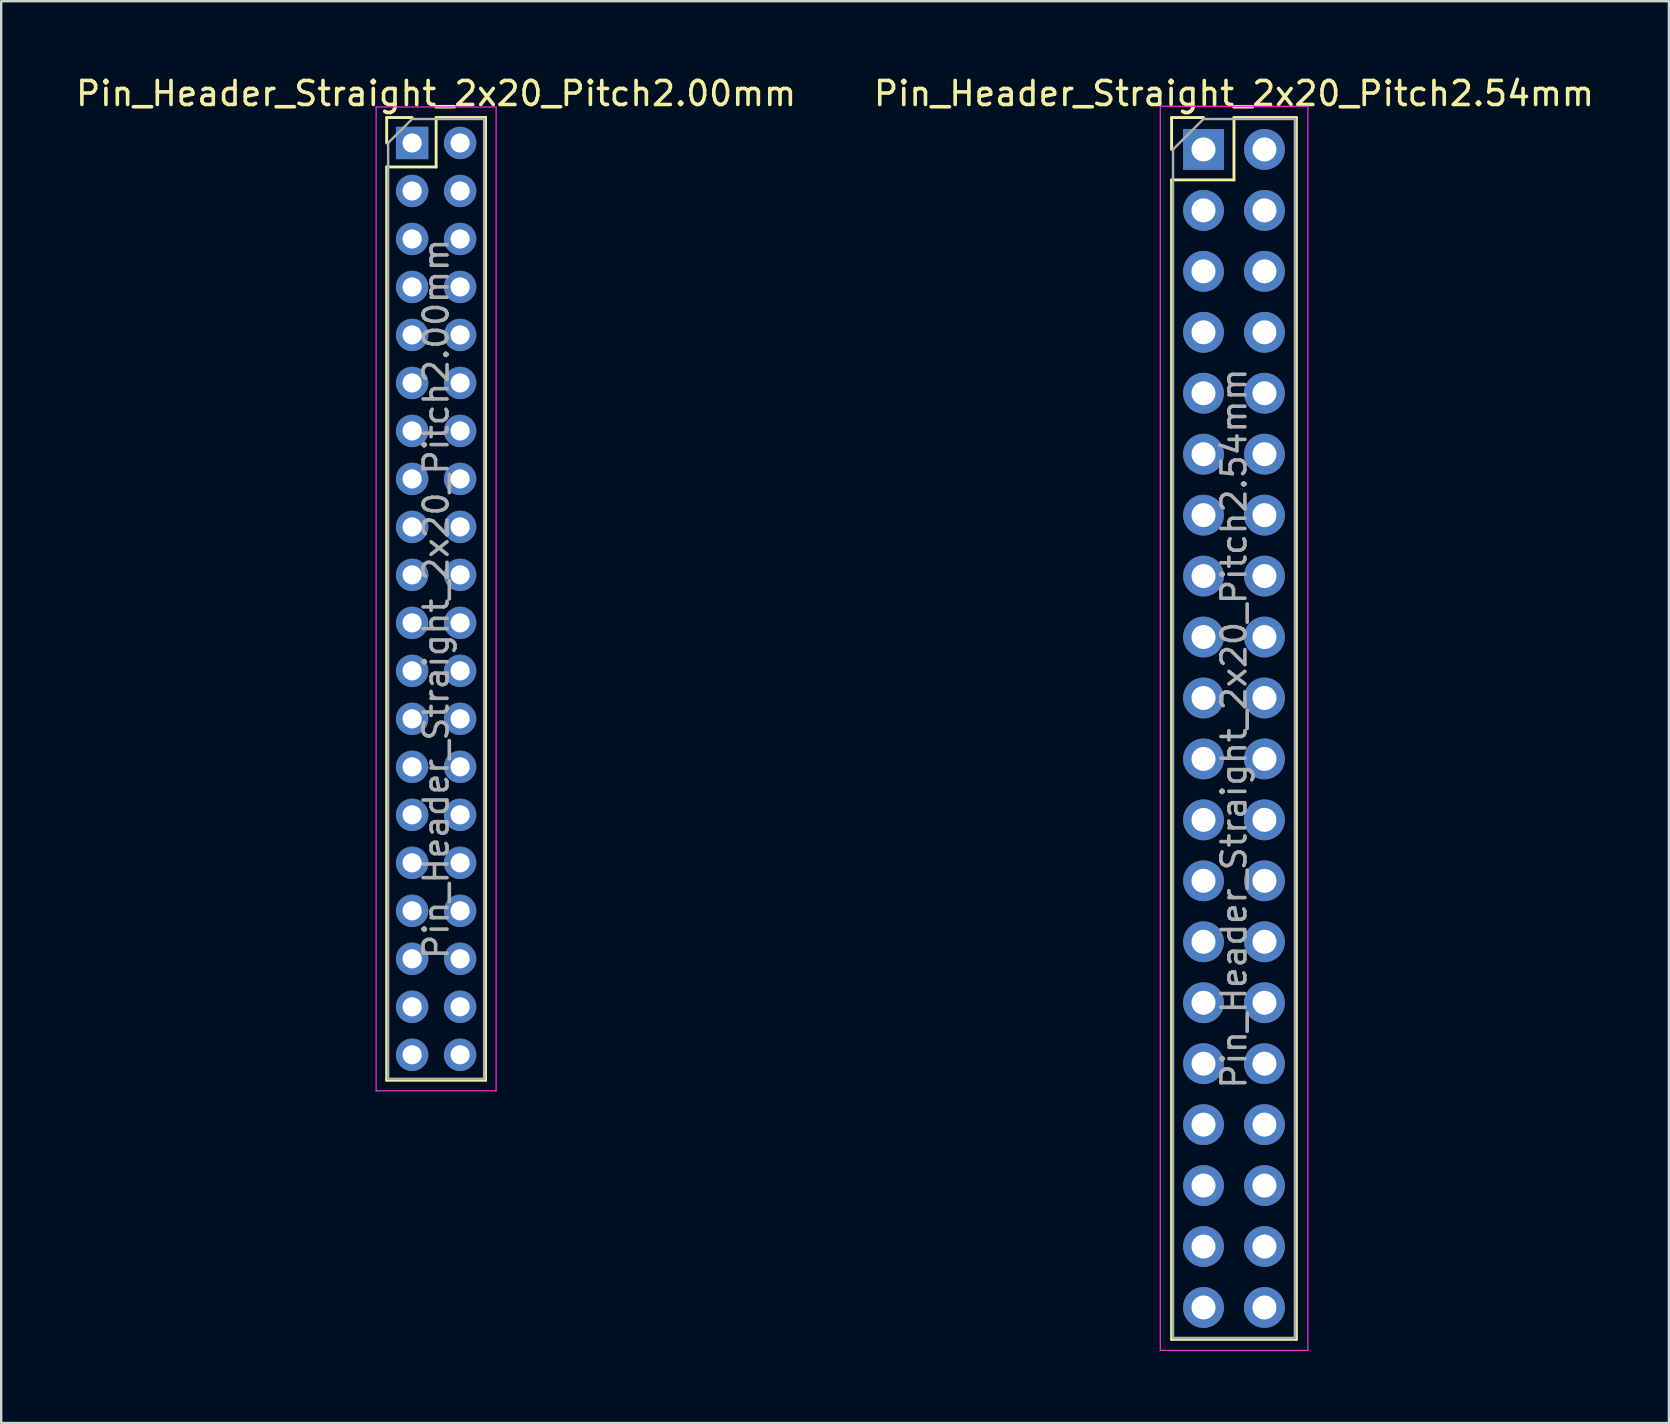
<source format=kicad_pcb>
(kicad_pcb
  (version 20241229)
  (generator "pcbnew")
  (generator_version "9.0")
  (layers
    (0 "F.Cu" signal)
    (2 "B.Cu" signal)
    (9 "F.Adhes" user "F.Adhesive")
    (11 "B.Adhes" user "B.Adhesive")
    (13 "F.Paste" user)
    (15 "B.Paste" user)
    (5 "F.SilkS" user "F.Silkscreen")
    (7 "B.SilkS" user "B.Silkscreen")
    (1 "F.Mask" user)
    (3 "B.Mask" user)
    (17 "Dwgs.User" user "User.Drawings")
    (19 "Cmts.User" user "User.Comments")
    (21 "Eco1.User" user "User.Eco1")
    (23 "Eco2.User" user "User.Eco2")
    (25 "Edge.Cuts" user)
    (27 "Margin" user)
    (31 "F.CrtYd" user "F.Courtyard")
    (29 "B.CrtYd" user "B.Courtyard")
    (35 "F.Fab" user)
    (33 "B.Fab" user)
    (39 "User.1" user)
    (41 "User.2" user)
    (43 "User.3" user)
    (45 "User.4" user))
  (footprint "Pin_Header_Straight_2x20_Pitch2.54mm"
    (layer "F.Cu")
    (at 47.105 3.178)
    (property "Reference" "Pin_Header_Straight_2x20_Pitch2.54mm" (at 1.27 -2.33 0) (layer "F.SilkS") (effects (font (size 1 1) (thickness 0.15))))
    (attr through_hole)
    (fp_line (start -1.33 -1.33) (end 0 -1.33) (stroke (width 0.12) (type solid)) (layer "F.SilkS"))
    (fp_line (start -1.33 0) (end -1.33 -1.33) (stroke (width 0.12) (type solid)) (layer "F.SilkS"))
    (fp_line (start -1.33 1.27) (end -1.33 49.59) (stroke (width 0.12) (type solid)) (layer "F.SilkS"))
    (fp_line (start -1.33 49.59) (end 3.87 49.59) (stroke (width 0.12) (type solid)) (layer "F.SilkS"))
    (fp_line (start 1.27 -1.33) (end 1.27 1.27) (stroke (width 0.12) (type solid)) (layer "F.SilkS"))
    (fp_line (start 1.27 1.27) (end -1.33 1.27) (stroke (width 0.12) (type solid)) (layer "F.SilkS"))
    (fp_line (start 3.87 -1.33) (end 1.27 -1.33) (stroke (width 0.12) (type solid)) (layer "F.SilkS"))
    (fp_line (start 3.87 49.59) (end 3.87 -1.33) (stroke (width 0.12) (type solid)) (layer "F.SilkS"))
    (fp_line (start -1.8 -1.8) (end -1.8 50.05) (stroke (width 0.05) (type solid)) (layer "F.CrtYd"))
    (fp_line (start -1.8 50.05) (end 4.35 50.05) (stroke (width 0.05) (type solid)) (layer "F.CrtYd"))
    (fp_line (start 4.35 -1.8) (end -1.8 -1.8) (stroke (width 0.05) (type solid)) (layer "F.CrtYd"))
    (fp_line (start 4.35 50.05) (end 4.35 -1.8) (stroke (width 0.05) (type solid)) (layer "F.CrtYd"))
    (fp_line (start -1.27 0) (end 0 -1.27) (stroke (width 0.1) (type solid)) (layer "F.Fab"))
    (fp_line (start -1.27 49.53) (end -1.27 0) (stroke (width 0.1) (type solid)) (layer "F.Fab"))
    (fp_line (start 0 -1.27) (end 3.81 -1.27) (stroke (width 0.1) (type solid)) (layer "F.Fab"))
    (fp_line (start 3.81 -1.27) (end 3.81 49.53) (stroke (width 0.1) (type solid)) (layer "F.Fab"))
    (fp_line (start 3.81 49.53) (end -1.27 49.53) (stroke (width 0.1) (type solid)) (layer "F.Fab"))
    (fp_text user "${REFERENCE}" (at 1.27 24.13 90) (layer "F.Fab") (effects (font (size 1 1) (thickness 0.15))))
    (pad "1" thru_hole rect (at 0 0) (size 1.7 1.7) (drill 1) (layers "*.Cu" "*.Mask"))
    (pad "2" thru_hole oval (at 2.54 0) (size 1.7 1.7) (drill 1) (layers "*.Cu" "*.Mask"))
    (pad "3" thru_hole oval (at 0 2.54) (size 1.7 1.7) (drill 1) (layers "*.Cu" "*.Mask"))
    (pad "4" thru_hole oval (at 2.54 2.54) (size 1.7 1.7) (drill 1) (layers "*.Cu" "*.Mask"))
    (pad "5" thru_hole oval (at 0 5.08) (size 1.7 1.7) (drill 1) (layers "*.Cu" "*.Mask"))
    (pad "6" thru_hole oval (at 2.54 5.08) (size 1.7 1.7) (drill 1) (layers "*.Cu" "*.Mask"))
    (pad "7" thru_hole oval (at 0 7.62) (size 1.7 1.7) (drill 1) (layers "*.Cu" "*.Mask"))
    (pad "8" thru_hole oval (at 2.54 7.62) (size 1.7 1.7) (drill 1) (layers "*.Cu" "*.Mask"))
    (pad "9" thru_hole oval (at 0 10.16) (size 1.7 1.7) (drill 1) (layers "*.Cu" "*.Mask"))
    (pad "10" thru_hole oval (at 2.54 10.16) (size 1.7 1.7) (drill 1) (layers "*.Cu" "*.Mask"))
    (pad "11" thru_hole oval (at 0 12.7) (size 1.7 1.7) (drill 1) (layers "*.Cu" "*.Mask"))
    (pad "12" thru_hole oval (at 2.54 12.7) (size 1.7 1.7) (drill 1) (layers "*.Cu" "*.Mask"))
    (pad "13" thru_hole oval (at 0 15.24) (size 1.7 1.7) (drill 1) (layers "*.Cu" "*.Mask"))
    (pad "14" thru_hole oval (at 2.54 15.24) (size 1.7 1.7) (drill 1) (layers "*.Cu" "*.Mask"))
    (pad "15" thru_hole oval (at 0 17.78) (size 1.7 1.7) (drill 1) (layers "*.Cu" "*.Mask"))
    (pad "16" thru_hole oval (at 2.54 17.78) (size 1.7 1.7) (drill 1) (layers "*.Cu" "*.Mask"))
    (pad "17" thru_hole oval (at 0 20.32) (size 1.7 1.7) (drill 1) (layers "*.Cu" "*.Mask"))
    (pad "18" thru_hole oval (at 2.54 20.32) (size 1.7 1.7) (drill 1) (layers "*.Cu" "*.Mask"))
    (pad "19" thru_hole oval (at 0 22.86) (size 1.7 1.7) (drill 1) (layers "*.Cu" "*.Mask"))
    (pad "20" thru_hole oval (at 2.54 22.86) (size 1.7 1.7) (drill 1) (layers "*.Cu" "*.Mask"))
    (pad "21" thru_hole oval (at 0 25.4) (size 1.7 1.7) (drill 1) (layers "*.Cu" "*.Mask"))
    (pad "22" thru_hole oval (at 2.54 25.4) (size 1.7 1.7) (drill 1) (layers "*.Cu" "*.Mask"))
    (pad "23" thru_hole oval (at 0 27.94) (size 1.7 1.7) (drill 1) (layers "*.Cu" "*.Mask"))
    (pad "24" thru_hole oval (at 2.54 27.94) (size 1.7 1.7) (drill 1) (layers "*.Cu" "*.Mask"))
    (pad "25" thru_hole oval (at 0 30.48) (size 1.7 1.7) (drill 1) (layers "*.Cu" "*.Mask"))
    (pad "26" thru_hole oval (at 2.54 30.48) (size 1.7 1.7) (drill 1) (layers "*.Cu" "*.Mask"))
    (pad "27" thru_hole oval (at 0 33.02) (size 1.7 1.7) (drill 1) (layers "*.Cu" "*.Mask"))
    (pad "28" thru_hole oval (at 2.54 33.02) (size 1.7 1.7) (drill 1) (layers "*.Cu" "*.Mask"))
    (pad "29" thru_hole oval (at 0 35.56) (size 1.7 1.7) (drill 1) (layers "*.Cu" "*.Mask"))
    (pad "30" thru_hole oval (at 2.54 35.56) (size 1.7 1.7) (drill 1) (layers "*.Cu" "*.Mask"))
    (pad "31" thru_hole oval (at 0 38.1) (size 1.7 1.7) (drill 1) (layers "*.Cu" "*.Mask"))
    (pad "32" thru_hole oval (at 2.54 38.1) (size 1.7 1.7) (drill 1) (layers "*.Cu" "*.Mask"))
    (pad "33" thru_hole oval (at 0 40.64) (size 1.7 1.7) (drill 1) (layers "*.Cu" "*.Mask"))
    (pad "34" thru_hole oval (at 2.54 40.64) (size 1.7 1.7) (drill 1) (layers "*.Cu" "*.Mask"))
    (pad "35" thru_hole oval (at 0 43.18) (size 1.7 1.7) (drill 1) (layers "*.Cu" "*.Mask"))
    (pad "36" thru_hole oval (at 2.54 43.18) (size 1.7 1.7) (drill 1) (layers "*.Cu" "*.Mask"))
    (pad "37" thru_hole oval (at 0 45.72) (size 1.7 1.7) (drill 1) (layers "*.Cu" "*.Mask"))
    (pad "38" thru_hole oval (at 2.54 45.72) (size 1.7 1.7) (drill 1) (layers "*.Cu" "*.Mask"))
    (pad "39" thru_hole oval (at 0 48.26) (size 1.7 1.7) (drill 1) (layers "*.Cu" "*.Mask"))
    (pad "40" thru_hole oval (at 2.54 48.26) (size 1.7 1.7) (drill 1) (layers "*.Cu" "*.Mask")))
  (footprint "Pin_Header_Straight_2x20_Pitch2.00mm"
    (layer "F.Cu")
    (at 14.125 2.908)
    (property "Reference" "Pin_Header_Straight_2x20_Pitch2.00mm" (at 1 -2.06 0) (layer "F.SilkS") (effects (font (size 1 1) (thickness 0.15))))
    (attr through_hole)
    (fp_line (start -1.06 -1.06) (end 0 -1.06) (stroke (width 0.12) (type solid)) (layer "F.SilkS"))
    (fp_line (start -1.06 0) (end -1.06 -1.06) (stroke (width 0.12) (type solid)) (layer "F.SilkS"))
    (fp_line (start -1.06 1) (end -1.06 39.06) (stroke (width 0.12) (type solid)) (layer "F.SilkS"))
    (fp_line (start -1.06 39.06) (end 3.06 39.06) (stroke (width 0.12) (type solid)) (layer "F.SilkS"))
    (fp_line (start 1 -1.06) (end 1 1) (stroke (width 0.12) (type solid)) (layer "F.SilkS"))
    (fp_line (start 1 1) (end -1.06 1) (stroke (width 0.12) (type solid)) (layer "F.SilkS"))
    (fp_line (start 3.06 -1.06) (end 1 -1.06) (stroke (width 0.12) (type solid)) (layer "F.SilkS"))
    (fp_line (start 3.06 39.06) (end 3.06 -1.06) (stroke (width 0.12) (type solid)) (layer "F.SilkS"))
    (fp_line (start -1.5 -1.5) (end -1.5 39.5) (stroke (width 0.05) (type solid)) (layer "F.CrtYd"))
    (fp_line (start -1.5 39.5) (end 3.5 39.5) (stroke (width 0.05) (type solid)) (layer "F.CrtYd"))
    (fp_line (start 3.5 -1.5) (end -1.5 -1.5) (stroke (width 0.05) (type solid)) (layer "F.CrtYd"))
    (fp_line (start 3.5 39.5) (end 3.5 -1.5) (stroke (width 0.05) (type solid)) (layer "F.CrtYd"))
    (fp_line (start -1 0) (end 0 -1) (stroke (width 0.1) (type solid)) (layer "F.Fab"))
    (fp_line (start -1 39) (end -1 0) (stroke (width 0.1) (type solid)) (layer "F.Fab"))
    (fp_line (start 0 -1) (end 3 -1) (stroke (width 0.1) (type solid)) (layer "F.Fab"))
    (fp_line (start 3 -1) (end 3 39) (stroke (width 0.1) (type solid)) (layer "F.Fab"))
    (fp_line (start 3 39) (end -1 39) (stroke (width 0.1) (type solid)) (layer "F.Fab"))
    (fp_text user "${REFERENCE}" (at 1 19 90) (layer "F.Fab") (effects (font (size 1 1) (thickness 0.15))))
    (pad "1" thru_hole rect (at 0 0) (size 1.35 1.35) (drill 0.8) (layers "*.Cu" "*.Mask"))
    (pad "2" thru_hole oval (at 2 0) (size 1.35 1.35) (drill 0.8) (layers "*.Cu" "*.Mask"))
    (pad "3" thru_hole oval (at 0 2) (size 1.35 1.35) (drill 0.8) (layers "*.Cu" "*.Mask"))
    (pad "4" thru_hole oval (at 2 2) (size 1.35 1.35) (drill 0.8) (layers "*.Cu" "*.Mask"))
    (pad "5" thru_hole oval (at 0 4) (size 1.35 1.35) (drill 0.8) (layers "*.Cu" "*.Mask"))
    (pad "6" thru_hole oval (at 2 4) (size 1.35 1.35) (drill 0.8) (layers "*.Cu" "*.Mask"))
    (pad "7" thru_hole oval (at 0 6) (size 1.35 1.35) (drill 0.8) (layers "*.Cu" "*.Mask"))
    (pad "8" thru_hole oval (at 2 6) (size 1.35 1.35) (drill 0.8) (layers "*.Cu" "*.Mask"))
    (pad "9" thru_hole oval (at 0 8) (size 1.35 1.35) (drill 0.8) (layers "*.Cu" "*.Mask"))
    (pad "10" thru_hole oval (at 2 8) (size 1.35 1.35) (drill 0.8) (layers "*.Cu" "*.Mask"))
    (pad "11" thru_hole oval (at 0 10) (size 1.35 1.35) (drill 0.8) (layers "*.Cu" "*.Mask"))
    (pad "12" thru_hole oval (at 2 10) (size 1.35 1.35) (drill 0.8) (layers "*.Cu" "*.Mask"))
    (pad "13" thru_hole oval (at 0 12) (size 1.35 1.35) (drill 0.8) (layers "*.Cu" "*.Mask"))
    (pad "14" thru_hole oval (at 2 12) (size 1.35 1.35) (drill 0.8) (layers "*.Cu" "*.Mask"))
    (pad "15" thru_hole oval (at 0 14) (size 1.35 1.35) (drill 0.8) (layers "*.Cu" "*.Mask"))
    (pad "16" thru_hole oval (at 2 14) (size 1.35 1.35) (drill 0.8) (layers "*.Cu" "*.Mask"))
    (pad "17" thru_hole oval (at 0 16) (size 1.35 1.35) (drill 0.8) (layers "*.Cu" "*.Mask"))
    (pad "18" thru_hole oval (at 2 16) (size 1.35 1.35) (drill 0.8) (layers "*.Cu" "*.Mask"))
    (pad "19" thru_hole oval (at 0 18) (size 1.35 1.35) (drill 0.8) (layers "*.Cu" "*.Mask"))
    (pad "20" thru_hole oval (at 2 18) (size 1.35 1.35) (drill 0.8) (layers "*.Cu" "*.Mask"))
    (pad "21" thru_hole oval (at 0 20) (size 1.35 1.35) (drill 0.8) (layers "*.Cu" "*.Mask"))
    (pad "22" thru_hole oval (at 2 20) (size 1.35 1.35) (drill 0.8) (layers "*.Cu" "*.Mask"))
    (pad "23" thru_hole oval (at 0 22) (size 1.35 1.35) (drill 0.8) (layers "*.Cu" "*.Mask"))
    (pad "24" thru_hole oval (at 2 22) (size 1.35 1.35) (drill 0.8) (layers "*.Cu" "*.Mask"))
    (pad "25" thru_hole oval (at 0 24) (size 1.35 1.35) (drill 0.8) (layers "*.Cu" "*.Mask"))
    (pad "26" thru_hole oval (at 2 24) (size 1.35 1.35) (drill 0.8) (layers "*.Cu" "*.Mask"))
    (pad "27" thru_hole oval (at 0 26) (size 1.35 1.35) (drill 0.8) (layers "*.Cu" "*.Mask"))
    (pad "28" thru_hole oval (at 2 26) (size 1.35 1.35) (drill 0.8) (layers "*.Cu" "*.Mask"))
    (pad "29" thru_hole oval (at 0 28) (size 1.35 1.35) (drill 0.8) (layers "*.Cu" "*.Mask"))
    (pad "30" thru_hole oval (at 2 28) (size 1.35 1.35) (drill 0.8) (layers "*.Cu" "*.Mask"))
    (pad "31" thru_hole oval (at 0 30) (size 1.35 1.35) (drill 0.8) (layers "*.Cu" "*.Mask"))
    (pad "32" thru_hole oval (at 2 30) (size 1.35 1.35) (drill 0.8) (layers "*.Cu" "*.Mask"))
    (pad "33" thru_hole oval (at 0 32) (size 1.35 1.35) (drill 0.8) (layers "*.Cu" "*.Mask"))
    (pad "34" thru_hole oval (at 2 32) (size 1.35 1.35) (drill 0.8) (layers "*.Cu" "*.Mask"))
    (pad "35" thru_hole oval (at 0 34) (size 1.35 1.35) (drill 0.8) (layers "*.Cu" "*.Mask"))
    (pad "36" thru_hole oval (at 2 34) (size 1.35 1.35) (drill 0.8) (layers "*.Cu" "*.Mask"))
    (pad "37" thru_hole oval (at 0 36) (size 1.35 1.35) (drill 0.8) (layers "*.Cu" "*.Mask"))
    (pad "38" thru_hole oval (at 2 36) (size 1.35 1.35) (drill 0.8) (layers "*.Cu" "*.Mask"))
    (pad "39" thru_hole oval (at 0 38) (size 1.35 1.35) (drill 0.8) (layers "*.Cu" "*.Mask"))
    (pad "40" thru_hole oval (at 2 38) (size 1.35 1.35) (drill 0.8) (layers "*.Cu" "*.Mask")))
  (gr_rect
    (start -3 -3)
    (end 66.5 56.253)
    (stroke (width 0.1) (type default))
    (fill no)
    (layer "Edge.Cuts")))
</source>
